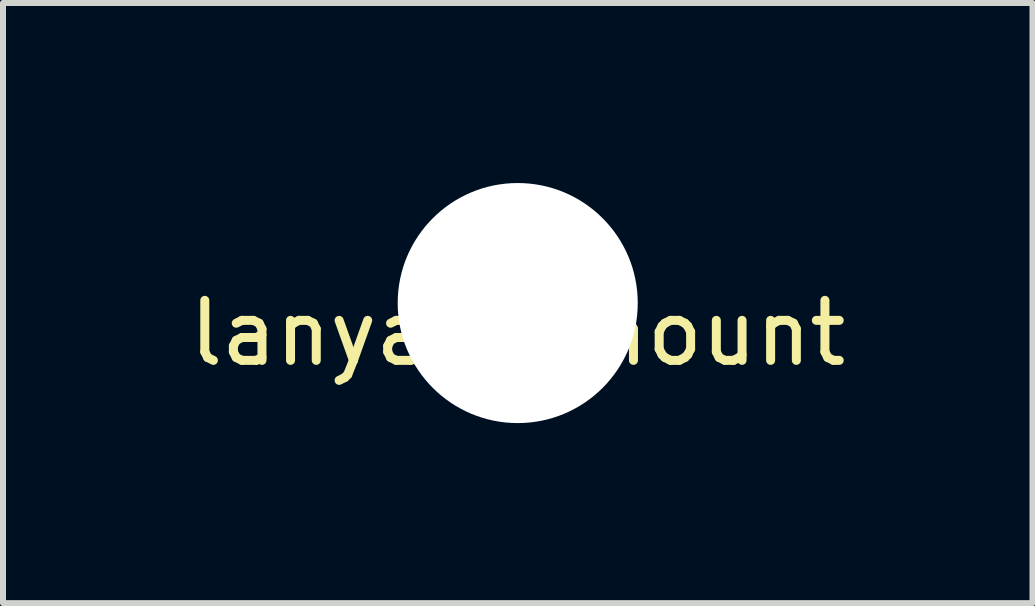
<source format=kicad_pcb>
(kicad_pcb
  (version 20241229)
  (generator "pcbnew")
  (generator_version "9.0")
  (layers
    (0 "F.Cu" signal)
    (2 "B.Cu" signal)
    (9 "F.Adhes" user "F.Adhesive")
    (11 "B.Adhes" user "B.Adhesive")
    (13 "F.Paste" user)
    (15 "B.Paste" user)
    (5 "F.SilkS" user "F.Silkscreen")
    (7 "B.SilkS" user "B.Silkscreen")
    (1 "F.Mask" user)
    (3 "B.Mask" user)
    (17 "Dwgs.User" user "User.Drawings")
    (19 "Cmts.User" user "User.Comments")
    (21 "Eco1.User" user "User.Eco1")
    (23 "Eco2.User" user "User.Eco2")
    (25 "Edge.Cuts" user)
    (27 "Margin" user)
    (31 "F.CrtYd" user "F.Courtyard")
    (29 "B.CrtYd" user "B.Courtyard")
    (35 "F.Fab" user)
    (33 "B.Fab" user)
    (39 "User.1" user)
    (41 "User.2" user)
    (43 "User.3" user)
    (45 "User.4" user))
  (footprint "lanyard_mount"
    (layer "F.Cu")
    (at 5.577 2)
    (property "Reference" "lanyard_mount" (at 0 0.5 0) (layer "F.SilkS") (effects (font (size 1 1) (thickness 0.15))))
    (attr through_hole)
    (pad "" np_thru_hole circle (at 0 0) (size 4 4) (drill 4) (layers "*.Cu" "*.Mask")))
  (gr_rect
    (start -3 -3)
    (end 14.155 7)
    (stroke (width 0.1) (type default))
    (fill no)
    (layer "Edge.Cuts")))
</source>
